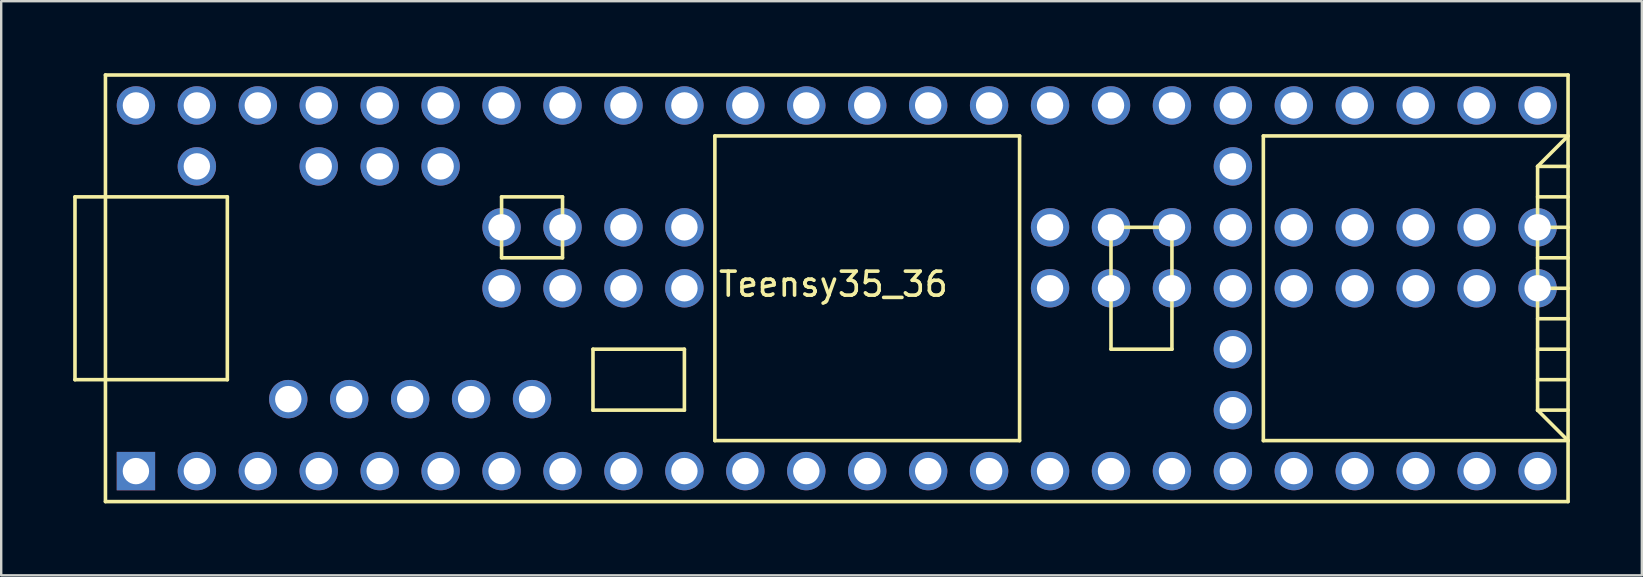
<source format=kicad_pcb>
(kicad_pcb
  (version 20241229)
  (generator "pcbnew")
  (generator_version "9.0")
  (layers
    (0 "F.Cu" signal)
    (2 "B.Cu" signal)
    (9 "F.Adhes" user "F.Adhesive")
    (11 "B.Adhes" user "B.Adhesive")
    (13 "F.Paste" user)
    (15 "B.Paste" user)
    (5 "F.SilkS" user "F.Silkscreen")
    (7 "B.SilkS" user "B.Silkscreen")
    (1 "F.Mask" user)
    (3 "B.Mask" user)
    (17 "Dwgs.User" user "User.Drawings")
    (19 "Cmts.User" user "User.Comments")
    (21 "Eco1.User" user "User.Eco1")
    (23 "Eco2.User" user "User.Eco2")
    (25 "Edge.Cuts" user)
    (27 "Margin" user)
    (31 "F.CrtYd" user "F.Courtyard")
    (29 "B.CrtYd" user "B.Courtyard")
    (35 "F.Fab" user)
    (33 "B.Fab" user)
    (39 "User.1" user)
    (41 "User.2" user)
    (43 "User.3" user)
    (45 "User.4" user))
  (footprint "Teensy35_36"
    (layer "F.Cu")
    (at 31.825 8.965)
    (property "Reference" "Teensy35_36" (at -0.14 -0.17 0) (layer "F.SilkS") (effects (font (size 1 1) (thickness 0.15))))
    (attr through_hole)
    (fp_line (start -31.75 -3.81) (end -30.48 -3.81) (stroke (width 0.15) (type solid)) (layer "F.SilkS"))
    (fp_line (start -31.75 3.81) (end -31.75 -3.81) (stroke (width 0.15) (type solid)) (layer "F.SilkS"))
    (fp_line (start -30.48 3.81) (end -31.75 3.81) (stroke (width 0.15) (type solid)) (layer "F.SilkS"))
    (fp_line (start -30.48 8.89) (end -30.48 -8.89) (stroke (width 0.15) (type solid)) (layer "F.SilkS"))
    (fp_line (start -30.48 8.89) (end 30.48 8.89) (stroke (width 0.15) (type solid)) (layer "F.SilkS"))
    (fp_line (start -25.4 -3.81) (end -30.48 -3.81) (stroke (width 0.15) (type solid)) (layer "F.SilkS"))
    (fp_line (start -25.4 3.81) (end -30.48 3.81) (stroke (width 0.15) (type solid)) (layer "F.SilkS"))
    (fp_line (start -25.4 3.81) (end -25.4 -3.81) (stroke (width 0.15) (type solid)) (layer "F.SilkS"))
    (fp_line (start -13.97 -3.81) (end -13.97 -1.27) (stroke (width 0.15) (type solid)) (layer "F.SilkS"))
    (fp_line (start -13.97 -1.27) (end -11.43 -1.27) (stroke (width 0.15) (type solid)) (layer "F.SilkS"))
    (fp_line (start -11.43 -3.81) (end -13.97 -3.81) (stroke (width 0.15) (type solid)) (layer "F.SilkS"))
    (fp_line (start -11.43 -1.27) (end -11.43 -3.81) (stroke (width 0.15) (type solid)) (layer "F.SilkS"))
    (fp_line (start -10.16 2.54) (end -6.35 2.54) (stroke (width 0.15) (type solid)) (layer "F.SilkS"))
    (fp_line (start -10.16 5.08) (end -10.16 2.54) (stroke (width 0.15) (type solid)) (layer "F.SilkS"))
    (fp_line (start -6.35 2.54) (end -6.35 5.08) (stroke (width 0.15) (type solid)) (layer "F.SilkS"))
    (fp_line (start -6.35 5.08) (end -10.16 5.08) (stroke (width 0.15) (type solid)) (layer "F.SilkS"))
    (fp_line (start -5.08 -6.35) (end -5.08 6.35) (stroke (width 0.15) (type solid)) (layer "F.SilkS"))
    (fp_line (start -5.08 -6.35) (end 7.62 -6.35) (stroke (width 0.15) (type solid)) (layer "F.SilkS"))
    (fp_line (start -5.08 6.35) (end 7.62 6.35) (stroke (width 0.15) (type solid)) (layer "F.SilkS"))
    (fp_line (start 7.62 6.35) (end 7.62 -6.35) (stroke (width 0.15) (type solid)) (layer "F.SilkS"))
    (fp_line (start 11.43 -2.54) (end 13.97 -2.54) (stroke (width 0.15) (type solid)) (layer "F.SilkS"))
    (fp_line (start 11.43 2.54) (end 11.43 -2.54) (stroke (width 0.15) (type solid)) (layer "F.SilkS"))
    (fp_line (start 13.97 -2.54) (end 13.97 2.54) (stroke (width 0.15) (type solid)) (layer "F.SilkS"))
    (fp_line (start 13.97 2.54) (end 11.43 2.54) (stroke (width 0.15) (type solid)) (layer "F.SilkS"))
    (fp_line (start 17.78 -6.35) (end 17.78 6.35) (stroke (width 0.15) (type solid)) (layer "F.SilkS"))
    (fp_line (start 17.78 6.35) (end 30.48 6.35) (stroke (width 0.15) (type solid)) (layer "F.SilkS"))
    (fp_line (start 29.21 -5.08) (end 30.48 -6.35) (stroke (width 0.15) (type solid)) (layer "F.SilkS"))
    (fp_line (start 29.21 -5.08) (end 30.48 -5.08) (stroke (width 0.15) (type solid)) (layer "F.SilkS"))
    (fp_line (start 29.21 -3.81) (end 30.48 -3.81) (stroke (width 0.15) (type solid)) (layer "F.SilkS"))
    (fp_line (start 29.21 -2.54) (end 30.48 -2.54) (stroke (width 0.15) (type solid)) (layer "F.SilkS"))
    (fp_line (start 29.21 -1.27) (end 30.48 -1.27) (stroke (width 0.15) (type solid)) (layer "F.SilkS"))
    (fp_line (start 29.21 0) (end 30.48 0) (stroke (width 0.15) (type solid)) (layer "F.SilkS"))
    (fp_line (start 29.21 1.27) (end 30.48 1.27) (stroke (width 0.15) (type solid)) (layer "F.SilkS"))
    (fp_line (start 29.21 2.54) (end 30.48 2.54) (stroke (width 0.15) (type solid)) (layer "F.SilkS"))
    (fp_line (start 29.21 3.81) (end 30.48 3.81) (stroke (width 0.15) (type solid)) (layer "F.SilkS"))
    (fp_line (start 29.21 5.08) (end 29.21 -5.08) (stroke (width 0.15) (type solid)) (layer "F.SilkS"))
    (fp_line (start 29.21 5.08) (end 30.48 5.08) (stroke (width 0.15) (type solid)) (layer "F.SilkS"))
    (fp_line (start 30.48 -8.89) (end -30.48 -8.89) (stroke (width 0.15) (type solid)) (layer "F.SilkS"))
    (fp_line (start 30.48 -8.89) (end 30.48 8.89) (stroke (width 0.15) (type solid)) (layer "F.SilkS"))
    (fp_line (start 30.48 -6.35) (end 17.78 -6.35) (stroke (width 0.15) (type solid)) (layer "F.SilkS"))
    (fp_line (start 30.48 6.35) (end 29.21 5.08) (stroke (width 0.15) (type solid)) (layer "F.SilkS"))
    (pad "1" thru_hole rect (at -29.21 7.62) (size 1.6 1.6) (drill 1.1) (layers "*.Cu" "*.Mask"))
    (pad "2" thru_hole circle (at -26.67 7.62) (size 1.6 1.6) (drill 1.1) (layers "*.Cu" "*.Mask"))
    (pad "3" thru_hole circle (at -24.13 7.62) (size 1.6 1.6) (drill 1.1) (layers "*.Cu" "*.Mask"))
    (pad "4" thru_hole circle (at -21.59 7.62) (size 1.6 1.6) (drill 1.1) (layers "*.Cu" "*.Mask"))
    (pad "5" thru_hole circle (at -19.05 7.62) (size 1.6 1.6) (drill 1.1) (layers "*.Cu" "*.Mask"))
    (pad "6" thru_hole circle (at -16.51 7.62) (size 1.6 1.6) (drill 1.1) (layers "*.Cu" "*.Mask"))
    (pad "7" thru_hole circle (at -13.97 7.62) (size 1.6 1.6) (drill 1.1) (layers "*.Cu" "*.Mask"))
    (pad "8" thru_hole circle (at -11.43 7.62) (size 1.6 1.6) (drill 1.1) (layers "*.Cu" "*.Mask"))
    (pad "9" thru_hole circle (at -8.89 7.62) (size 1.6 1.6) (drill 1.1) (layers "*.Cu" "*.Mask"))
    (pad "10" thru_hole circle (at -6.35 7.62) (size 1.6 1.6) (drill 1.1) (layers "*.Cu" "*.Mask"))
    (pad "11" thru_hole circle (at -3.81 7.62) (size 1.6 1.6) (drill 1.1) (layers "*.Cu" "*.Mask"))
    (pad "12" thru_hole circle (at -1.27 7.62) (size 1.6 1.6) (drill 1.1) (layers "*.Cu" "*.Mask"))
    (pad "13" thru_hole circle (at 1.27 7.62) (size 1.6 1.6) (drill 1.1) (layers "*.Cu" "*.Mask"))
    (pad "14" thru_hole circle (at 3.81 7.62) (size 1.6 1.6) (drill 1.1) (layers "*.Cu" "*.Mask"))
    (pad "15" thru_hole circle (at 6.35 7.62) (size 1.6 1.6) (drill 1.1) (layers "*.Cu" "*.Mask"))
    (pad "16" thru_hole circle (at 8.89 7.62) (size 1.6 1.6) (drill 1.1) (layers "*.Cu" "*.Mask"))
    (pad "17" thru_hole circle (at 11.43 7.62) (size 1.6 1.6) (drill 1.1) (layers "*.Cu" "*.Mask"))
    (pad "18" thru_hole circle (at 13.97 7.62) (size 1.6 1.6) (drill 1.1) (layers "*.Cu" "*.Mask"))
    (pad "19" thru_hole circle (at 16.51 7.62) (size 1.6 1.6) (drill 1.1) (layers "*.Cu" "*.Mask"))
    (pad "20" thru_hole circle (at 19.05 7.62) (size 1.6 1.6) (drill 1.1) (layers "*.Cu" "*.Mask"))
    (pad "21" thru_hole circle (at 21.59 7.62) (size 1.6 1.6) (drill 1.1) (layers "*.Cu" "*.Mask"))
    (pad "22" thru_hole circle (at 24.13 7.62) (size 1.6 1.6) (drill 1.1) (layers "*.Cu" "*.Mask"))
    (pad "23" thru_hole circle (at 26.67 7.62) (size 1.6 1.6) (drill 1.1) (layers "*.Cu" "*.Mask"))
    (pad "24" thru_hole circle (at 29.21 7.62) (size 1.6 1.6) (drill 1.1) (layers "*.Cu" "*.Mask"))
    (pad "25" thru_hole circle (at 16.51 5.08) (size 1.6 1.6) (drill 1.1) (layers "*.Cu" "*.Mask"))
    (pad "26" thru_hole circle (at 16.51 2.54) (size 1.6 1.6) (drill 1.1) (layers "*.Cu" "*.Mask"))
    (pad "27" thru_hole circle (at 16.51 0) (size 1.6 1.6) (drill 1.1) (layers "*.Cu" "*.Mask"))
    (pad "28" thru_hole circle (at 16.51 -2.54) (size 1.6 1.6) (drill 1.1) (layers "*.Cu" "*.Mask"))
    (pad "29" thru_hole circle (at 16.51 -5.08) (size 1.6 1.6) (drill 1.1) (layers "*.Cu" "*.Mask"))
    (pad "30" thru_hole circle (at 29.21 -7.62) (size 1.6 1.6) (drill 1.1) (layers "*.Cu" "*.Mask"))
    (pad "31" thru_hole circle (at 26.67 -7.62) (size 1.6 1.6) (drill 1.1) (layers "*.Cu" "*.Mask"))
    (pad "32" thru_hole circle (at 24.13 -7.62) (size 1.6 1.6) (drill 1.1) (layers "*.Cu" "*.Mask"))
    (pad "33" thru_hole circle (at 21.59 -7.62) (size 1.6 1.6) (drill 1.1) (layers "*.Cu" "*.Mask"))
    (pad "34" thru_hole circle (at 19.05 -7.62) (size 1.6 1.6) (drill 1.1) (layers "*.Cu" "*.Mask"))
    (pad "35" thru_hole circle (at 16.51 -7.62) (size 1.6 1.6) (drill 1.1) (layers "*.Cu" "*.Mask"))
    (pad "36" thru_hole circle (at 13.97 -7.62) (size 1.6 1.6) (drill 1.1) (layers "*.Cu" "*.Mask"))
    (pad "37" thru_hole circle (at 11.43 -7.62) (size 1.6 1.6) (drill 1.1) (layers "*.Cu" "*.Mask"))
    (pad "38" thru_hole circle (at 8.89 -7.62) (size 1.6 1.6) (drill 1.1) (layers "*.Cu" "*.Mask"))
    (pad "39" thru_hole circle (at 6.35 -7.62) (size 1.6 1.6) (drill 1.1) (layers "*.Cu" "*.Mask"))
    (pad "40" thru_hole circle (at 3.81 -7.62) (size 1.6 1.6) (drill 1.1) (layers "*.Cu" "*.Mask"))
    (pad "41" thru_hole circle (at 1.27 -7.62) (size 1.6 1.6) (drill 1.1) (layers "*.Cu" "*.Mask"))
    (pad "42" thru_hole circle (at -1.27 -7.62) (size 1.6 1.6) (drill 1.1) (layers "*.Cu" "*.Mask"))
    (pad "43" thru_hole circle (at -3.81 -7.62) (size 1.6 1.6) (drill 1.1) (layers "*.Cu" "*.Mask"))
    (pad "44" thru_hole circle (at -6.35 -7.62) (size 1.6 1.6) (drill 1.1) (layers "*.Cu" "*.Mask"))
    (pad "45" thru_hole circle (at -8.89 -7.62) (size 1.6 1.6) (drill 1.1) (layers "*.Cu" "*.Mask"))
    (pad "46" thru_hole circle (at -11.43 -7.62) (size 1.6 1.6) (drill 1.1) (layers "*.Cu" "*.Mask"))
    (pad "47" thru_hole circle (at -13.97 -7.62) (size 1.6 1.6) (drill 1.1) (layers "*.Cu" "*.Mask"))
    (pad "48" thru_hole circle (at -16.51 -7.62) (size 1.6 1.6) (drill 1.1) (layers "*.Cu" "*.Mask"))
    (pad "49" thru_hole circle (at -19.05 -7.62) (size 1.6 1.6) (drill 1.1) (layers "*.Cu" "*.Mask"))
    (pad "50" thru_hole circle (at -21.59 -7.62) (size 1.6 1.6) (drill 1.1) (layers "*.Cu" "*.Mask"))
    (pad "51" thru_hole circle (at -24.13 -7.62) (size 1.6 1.6) (drill 1.1) (layers "*.Cu" "*.Mask"))
    (pad "52" thru_hole circle (at -26.67 -7.62) (size 1.6 1.6) (drill 1.1) (layers "*.Cu" "*.Mask"))
    (pad "53" thru_hole circle (at -29.21 -7.62) (size 1.6 1.6) (drill 1.1) (layers "*.Cu" "*.Mask"))
    (pad "54" thru_hole circle (at -26.67 -5.08) (size 1.6 1.6) (drill 1.1) (layers "*.Cu" "*.Mask"))
    (pad "55" thru_hole circle (at -21.59 -5.08) (size 1.6 1.6) (drill 1.1) (layers "*.Cu" "*.Mask"))
    (pad "56" thru_hole circle (at -19.05 -5.08) (size 1.6 1.6) (drill 1.1) (layers "*.Cu" "*.Mask"))
    (pad "57" thru_hole circle (at -16.51 -5.08) (size 1.6 1.6) (drill 1.1) (layers "*.Cu" "*.Mask"))
    (pad "58" thru_hole circle (at -22.86 4.62) (size 1.6 1.6) (drill 1.1) (layers "*.Cu" "*.Mask"))
    (pad "59" thru_hole circle (at -20.32 4.62) (size 1.6 1.6) (drill 1.1) (layers "*.Cu" "*.Mask"))
    (pad "60" thru_hole circle (at -17.78 4.62) (size 1.6 1.6) (drill 1.1) (layers "*.Cu" "*.Mask"))
    (pad "61" thru_hole circle (at -15.24 4.62) (size 1.6 1.6) (drill 1.1) (layers "*.Cu" "*.Mask"))
    (pad "62" thru_hole circle (at -12.7 4.62) (size 1.6 1.6) (drill 1.1) (layers "*.Cu" "*.Mask"))
    (pad "63" thru_hole circle (at -13.97 0) (size 1.6 1.6) (drill 1.1) (layers "*.Cu" "*.Mask"))
    (pad "64" thru_hole circle (at -11.43 0) (size 1.6 1.6) (drill 1.1) (layers "*.Cu" "*.Mask"))
    (pad "65" thru_hole circle (at -8.89 0) (size 1.6 1.6) (drill 1.1) (layers "*.Cu" "*.Mask"))
    (pad "66" thru_hole circle (at -6.35 0) (size 1.6 1.6) (drill 1.1) (layers "*.Cu" "*.Mask"))
    (pad "67" thru_hole circle (at 8.89 0) (size 1.6 1.6) (drill 1.1) (layers "*.Cu" "*.Mask"))
    (pad "68" thru_hole circle (at 11.43 0) (size 1.6 1.6) (drill 1.1) (layers "*.Cu" "*.Mask"))
    (pad "69" thru_hole circle (at 13.97 0) (size 1.6 1.6) (drill 1.1) (layers "*.Cu" "*.Mask"))
    (pad "70" thru_hole circle (at 19.05 0) (size 1.6 1.6) (drill 1.1) (layers "*.Cu" "*.Mask"))
    (pad "71" thru_hole circle (at 21.59 0) (size 1.6 1.6) (drill 1.1) (layers "*.Cu" "*.Mask"))
    (pad "72" thru_hole circle (at 24.13 0) (size 1.6 1.6) (drill 1.1) (layers "*.Cu" "*.Mask"))
    (pad "73" thru_hole circle (at 26.67 0) (size 1.6 1.6) (drill 1.1) (layers "*.Cu" "*.Mask"))
    (pad "74" thru_hole circle (at 29.21 0) (size 1.6 1.6) (drill 1.1) (layers "*.Cu" "*.Mask"))
    (pad "75" thru_hole circle (at 29.21 -2.54) (size 1.6 1.6) (drill 1.1) (layers "*.Cu" "*.Mask"))
    (pad "76" thru_hole circle (at 26.67 -2.54) (size 1.6 1.6) (drill 1.1) (layers "*.Cu" "*.Mask"))
    (pad "77" thru_hole circle (at 24.13 -2.54) (size 1.6 1.6) (drill 1.1) (layers "*.Cu" "*.Mask"))
    (pad "78" thru_hole circle (at 21.59 -2.54) (size 1.6 1.6) (drill 1.1) (layers "*.Cu" "*.Mask"))
    (pad "79" thru_hole circle (at 19.05 -2.54) (size 1.6 1.6) (drill 1.1) (layers "*.Cu" "*.Mask"))
    (pad "80" thru_hole circle (at 13.97 -2.54) (size 1.6 1.6) (drill 1.1) (layers "*.Cu" "*.Mask"))
    (pad "81" thru_hole circle (at 11.43 -2.54) (size 1.6 1.6) (drill 1.1) (layers "*.Cu" "*.Mask"))
    (pad "82" thru_hole circle (at 8.89 -2.54) (size 1.6 1.6) (drill 1.1) (layers "*.Cu" "*.Mask"))
    (pad "83" thru_hole circle (at -6.35 -2.54) (size 1.6 1.6) (drill 1.1) (layers "*.Cu" "*.Mask"))
    (pad "84" thru_hole circle (at -8.89 -2.54) (size 1.6 1.6) (drill 1.1) (layers "*.Cu" "*.Mask"))
    (pad "85" thru_hole circle (at -11.43 -2.54) (size 1.6 1.6) (drill 1.1) (layers "*.Cu" "*.Mask"))
    (pad "86" thru_hole circle (at -13.97 -2.54) (size 1.6 1.6) (drill 1.1) (layers "*.Cu" "*.Mask")))
  (gr_rect
    (start -3 -3)
    (end 65.38 20.93)
    (stroke (width 0.1) (type default))
    (fill no)
    (layer "Edge.Cuts")))
</source>
